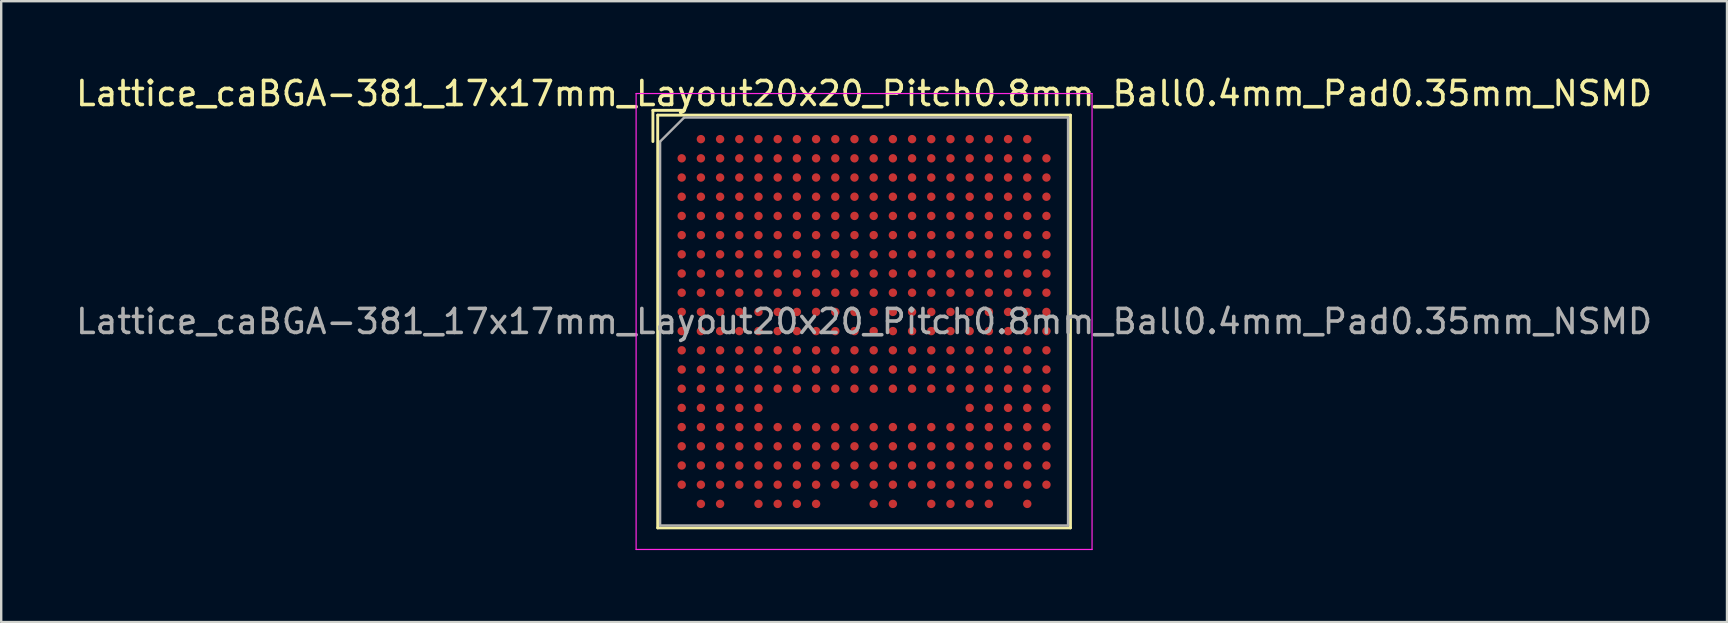
<source format=kicad_pcb>
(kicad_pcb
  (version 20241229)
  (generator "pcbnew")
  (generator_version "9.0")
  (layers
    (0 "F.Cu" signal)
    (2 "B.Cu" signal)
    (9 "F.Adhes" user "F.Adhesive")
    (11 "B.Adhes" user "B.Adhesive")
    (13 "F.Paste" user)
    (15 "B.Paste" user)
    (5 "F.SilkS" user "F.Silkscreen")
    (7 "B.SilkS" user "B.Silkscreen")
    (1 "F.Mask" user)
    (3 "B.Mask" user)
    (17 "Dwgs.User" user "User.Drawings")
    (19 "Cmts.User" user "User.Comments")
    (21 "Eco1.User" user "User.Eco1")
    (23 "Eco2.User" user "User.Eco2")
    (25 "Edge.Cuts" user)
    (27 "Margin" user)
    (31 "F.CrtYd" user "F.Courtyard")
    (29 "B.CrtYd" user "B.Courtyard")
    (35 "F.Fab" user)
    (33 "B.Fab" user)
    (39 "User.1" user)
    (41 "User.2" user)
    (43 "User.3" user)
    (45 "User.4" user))
  (footprint "Lattice_caBGA-381_17x17mm_Layout20x20_Pitch0.8mm_Ball0.4mm_Pad0.35mm_NSMD"
    (layer "F.Cu")
    (at 32.958 10.348)
    (property "Reference" "Lattice_caBGA-381_17x17mm_Layout20x20_Pitch0.8mm_Ball0.4mm_Pad0.35mm_NSMD" (at 0 -9.5 0) (layer "F.SilkS") (effects (font (size 1 1) (thickness 0.15))))
    (attr smd)
    (fp_line (start -8.8 -8.8) (end -8.8 -7.5) (stroke (width 0.12) (type solid)) (layer "F.SilkS"))
    (fp_line (start -8.8 -8.8) (end -7.5 -8.8) (stroke (width 0.12) (type solid)) (layer "F.SilkS"))
    (fp_line (start -8.6 -8.6) (end 8.6 -8.6) (stroke (width 0.12) (type solid)) (layer "F.SilkS"))
    (fp_line (start -8.6 8.6) (end -8.6 -8.6) (stroke (width 0.12) (type solid)) (layer "F.SilkS"))
    (fp_line (start 8.6 -8.6) (end 8.6 8.6) (stroke (width 0.12) (type solid)) (layer "F.SilkS"))
    (fp_line (start 8.6 8.6) (end -8.6 8.6) (stroke (width 0.12) (type solid)) (layer "F.SilkS"))
    (fp_line (start -9.5 -9.5) (end 9.5 -9.5) (stroke (width 0.05) (type solid)) (layer "F.CrtYd"))
    (fp_line (start -9.5 9.5) (end -9.5 -9.5) (stroke (width 0.05) (type solid)) (layer "F.CrtYd"))
    (fp_line (start 9.5 -9.5) (end 9.5 9.5) (stroke (width 0.05) (type solid)) (layer "F.CrtYd"))
    (fp_line (start 9.5 9.5) (end -9.5 9.5) (stroke (width 0.05) (type solid)) (layer "F.CrtYd"))
    (fp_line (start -8.5 -7.5) (end -7.5 -8.5) (stroke (width 0.1) (type solid)) (layer "F.Fab"))
    (fp_line (start -8.5 8.5) (end -8.5 -7.5) (stroke (width 0.1) (type solid)) (layer "F.Fab"))
    (fp_line (start -7.5 -8.5) (end 8.5 -8.5) (stroke (width 0.1) (type solid)) (layer "F.Fab"))
    (fp_line (start 8.5 -8.5) (end 8.5 8.5) (stroke (width 0.1) (type solid)) (layer "F.Fab"))
    (fp_line (start 8.5 8.5) (end -8.5 8.5) (stroke (width 0.1) (type solid)) (layer "F.Fab"))
    (fp_text user "${REFERENCE}" (at 0 0 0) (layer "F.Fab") (effects (font (size 1 1) (thickness 0.15))))
    (pad "A2" smd circle (at -6.8 -7.6) (size 0.35 0.35) (layers "F.Cu" "F.Mask" "F.Paste"))
    (pad "A3" smd circle (at -6 -7.6) (size 0.35 0.35) (layers "F.Cu" "F.Mask" "F.Paste"))
    (pad "A4" smd circle (at -5.2 -7.6) (size 0.35 0.35) (layers "F.Cu" "F.Mask" "F.Paste"))
    (pad "A5" smd circle (at -4.4 -7.6) (size 0.35 0.35) (layers "F.Cu" "F.Mask" "F.Paste"))
    (pad "A6" smd circle (at -3.6 -7.6) (size 0.35 0.35) (layers "F.Cu" "F.Mask" "F.Paste"))
    (pad "A7" smd circle (at -2.8 -7.6) (size 0.35 0.35) (layers "F.Cu" "F.Mask" "F.Paste"))
    (pad "A8" smd circle (at -2 -7.6) (size 0.35 0.35) (layers "F.Cu" "F.Mask" "F.Paste"))
    (pad "A9" smd circle (at -1.2 -7.6) (size 0.35 0.35) (layers "F.Cu" "F.Mask" "F.Paste"))
    (pad "A10" smd circle (at -0.4 -7.6) (size 0.35 0.35) (layers "F.Cu" "F.Mask" "F.Paste"))
    (pad "A11" smd circle (at 0.4 -7.6) (size 0.35 0.35) (layers "F.Cu" "F.Mask" "F.Paste"))
    (pad "A12" smd circle (at 1.2 -7.6) (size 0.35 0.35) (layers "F.Cu" "F.Mask" "F.Paste"))
    (pad "A13" smd circle (at 2 -7.6) (size 0.35 0.35) (layers "F.Cu" "F.Mask" "F.Paste"))
    (pad "A14" smd circle (at 2.8 -7.6) (size 0.35 0.35) (layers "F.Cu" "F.Mask" "F.Paste"))
    (pad "A15" smd circle (at 3.6 -7.6) (size 0.35 0.35) (layers "F.Cu" "F.Mask" "F.Paste"))
    (pad "A16" smd circle (at 4.4 -7.6) (size 0.35 0.35) (layers "F.Cu" "F.Mask" "F.Paste"))
    (pad "A17" smd circle (at 5.2 -7.6) (size 0.35 0.35) (layers "F.Cu" "F.Mask" "F.Paste"))
    (pad "A18" smd circle (at 6 -7.6) (size 0.35 0.35) (layers "F.Cu" "F.Mask" "F.Paste"))
    (pad "A19" smd circle (at 6.8 -7.6) (size 0.35 0.35) (layers "F.Cu" "F.Mask" "F.Paste"))
    (pad "B1" smd circle (at -7.6 -6.8) (size 0.35 0.35) (layers "F.Cu" "F.Mask" "F.Paste"))
    (pad "B2" smd circle (at -6.8 -6.8) (size 0.35 0.35) (layers "F.Cu" "F.Mask" "F.Paste"))
    (pad "B3" smd circle (at -6 -6.8) (size 0.35 0.35) (layers "F.Cu" "F.Mask" "F.Paste"))
    (pad "B4" smd circle (at -5.2 -6.8) (size 0.35 0.35) (layers "F.Cu" "F.Mask" "F.Paste"))
    (pad "B5" smd circle (at -4.4 -6.8) (size 0.35 0.35) (layers "F.Cu" "F.Mask" "F.Paste"))
    (pad "B6" smd circle (at -3.6 -6.8) (size 0.35 0.35) (layers "F.Cu" "F.Mask" "F.Paste"))
    (pad "B7" smd circle (at -2.8 -6.8) (size 0.35 0.35) (layers "F.Cu" "F.Mask" "F.Paste"))
    (pad "B8" smd circle (at -2 -6.8) (size 0.35 0.35) (layers "F.Cu" "F.Mask" "F.Paste"))
    (pad "B9" smd circle (at -1.2 -6.8) (size 0.35 0.35) (layers "F.Cu" "F.Mask" "F.Paste"))
    (pad "B10" smd circle (at -0.4 -6.8) (size 0.35 0.35) (layers "F.Cu" "F.Mask" "F.Paste"))
    (pad "B11" smd circle (at 0.4 -6.8) (size 0.35 0.35) (layers "F.Cu" "F.Mask" "F.Paste"))
    (pad "B12" smd circle (at 1.2 -6.8) (size 0.35 0.35) (layers "F.Cu" "F.Mask" "F.Paste"))
    (pad "B13" smd circle (at 2 -6.8) (size 0.35 0.35) (layers "F.Cu" "F.Mask" "F.Paste"))
    (pad "B14" smd circle (at 2.8 -6.8) (size 0.35 0.35) (layers "F.Cu" "F.Mask" "F.Paste"))
    (pad "B15" smd circle (at 3.6 -6.8) (size 0.35 0.35) (layers "F.Cu" "F.Mask" "F.Paste"))
    (pad "B16" smd circle (at 4.4 -6.8) (size 0.35 0.35) (layers "F.Cu" "F.Mask" "F.Paste"))
    (pad "B17" smd circle (at 5.2 -6.8) (size 0.35 0.35) (layers "F.Cu" "F.Mask" "F.Paste"))
    (pad "B18" smd circle (at 6 -6.8) (size 0.35 0.35) (layers "F.Cu" "F.Mask" "F.Paste"))
    (pad "B19" smd circle (at 6.8 -6.8) (size 0.35 0.35) (layers "F.Cu" "F.Mask" "F.Paste"))
    (pad "B20" smd circle (at 7.6 -6.8) (size 0.35 0.35) (layers "F.Cu" "F.Mask" "F.Paste"))
    (pad "C1" smd circle (at -7.6 -6) (size 0.35 0.35) (layers "F.Cu" "F.Mask" "F.Paste"))
    (pad "C2" smd circle (at -6.8 -6) (size 0.35 0.35) (layers "F.Cu" "F.Mask" "F.Paste"))
    (pad "C3" smd circle (at -6 -6) (size 0.35 0.35) (layers "F.Cu" "F.Mask" "F.Paste"))
    (pad "C4" smd circle (at -5.2 -6) (size 0.35 0.35) (layers "F.Cu" "F.Mask" "F.Paste"))
    (pad "C5" smd circle (at -4.4 -6) (size 0.35 0.35) (layers "F.Cu" "F.Mask" "F.Paste"))
    (pad "C6" smd circle (at -3.6 -6) (size 0.35 0.35) (layers "F.Cu" "F.Mask" "F.Paste"))
    (pad "C7" smd circle (at -2.8 -6) (size 0.35 0.35) (layers "F.Cu" "F.Mask" "F.Paste"))
    (pad "C8" smd circle (at -2 -6) (size 0.35 0.35) (layers "F.Cu" "F.Mask" "F.Paste"))
    (pad "C9" smd circle (at -1.2 -6) (size 0.35 0.35) (layers "F.Cu" "F.Mask" "F.Paste"))
    (pad "C10" smd circle (at -0.4 -6) (size 0.35 0.35) (layers "F.Cu" "F.Mask" "F.Paste"))
    (pad "C11" smd circle (at 0.4 -6) (size 0.35 0.35) (layers "F.Cu" "F.Mask" "F.Paste"))
    (pad "C12" smd circle (at 1.2 -6) (size 0.35 0.35) (layers "F.Cu" "F.Mask" "F.Paste"))
    (pad "C13" smd circle (at 2 -6) (size 0.35 0.35) (layers "F.Cu" "F.Mask" "F.Paste"))
    (pad "C14" smd circle (at 2.8 -6) (size 0.35 0.35) (layers "F.Cu" "F.Mask" "F.Paste"))
    (pad "C15" smd circle (at 3.6 -6) (size 0.35 0.35) (layers "F.Cu" "F.Mask" "F.Paste"))
    (pad "C16" smd circle (at 4.4 -6) (size 0.35 0.35) (layers "F.Cu" "F.Mask" "F.Paste"))
    (pad "C17" smd circle (at 5.2 -6) (size 0.35 0.35) (layers "F.Cu" "F.Mask" "F.Paste"))
    (pad "C18" smd circle (at 6 -6) (size 0.35 0.35) (layers "F.Cu" "F.Mask" "F.Paste"))
    (pad "C19" smd circle (at 6.8 -6) (size 0.35 0.35) (layers "F.Cu" "F.Mask" "F.Paste"))
    (pad "C20" smd circle (at 7.6 -6) (size 0.35 0.35) (layers "F.Cu" "F.Mask" "F.Paste"))
    (pad "D1" smd circle (at -7.6 -5.2) (size 0.35 0.35) (layers "F.Cu" "F.Mask" "F.Paste"))
    (pad "D2" smd circle (at -6.8 -5.2) (size 0.35 0.35) (layers "F.Cu" "F.Mask" "F.Paste"))
    (pad "D3" smd circle (at -6 -5.2) (size 0.35 0.35) (layers "F.Cu" "F.Mask" "F.Paste"))
    (pad "D4" smd circle (at -5.2 -5.2) (size 0.35 0.35) (layers "F.Cu" "F.Mask" "F.Paste"))
    (pad "D5" smd circle (at -4.4 -5.2) (size 0.35 0.35) (layers "F.Cu" "F.Mask" "F.Paste"))
    (pad "D6" smd circle (at -3.6 -5.2) (size 0.35 0.35) (layers "F.Cu" "F.Mask" "F.Paste"))
    (pad "D7" smd circle (at -2.8 -5.2) (size 0.35 0.35) (layers "F.Cu" "F.Mask" "F.Paste"))
    (pad "D8" smd circle (at -2 -5.2) (size 0.35 0.35) (layers "F.Cu" "F.Mask" "F.Paste"))
    (pad "D9" smd circle (at -1.2 -5.2) (size 0.35 0.35) (layers "F.Cu" "F.Mask" "F.Paste"))
    (pad "D10" smd circle (at -0.4 -5.2) (size 0.35 0.35) (layers "F.Cu" "F.Mask" "F.Paste"))
    (pad "D11" smd circle (at 0.4 -5.2) (size 0.35 0.35) (layers "F.Cu" "F.Mask" "F.Paste"))
    (pad "D12" smd circle (at 1.2 -5.2) (size 0.35 0.35) (layers "F.Cu" "F.Mask" "F.Paste"))
    (pad "D13" smd circle (at 2 -5.2) (size 0.35 0.35) (layers "F.Cu" "F.Mask" "F.Paste"))
    (pad "D14" smd circle (at 2.8 -5.2) (size 0.35 0.35) (layers "F.Cu" "F.Mask" "F.Paste"))
    (pad "D15" smd circle (at 3.6 -5.2) (size 0.35 0.35) (layers "F.Cu" "F.Mask" "F.Paste"))
    (pad "D16" smd circle (at 4.4 -5.2) (size 0.35 0.35) (layers "F.Cu" "F.Mask" "F.Paste"))
    (pad "D17" smd circle (at 5.2 -5.2) (size 0.35 0.35) (layers "F.Cu" "F.Mask" "F.Paste"))
    (pad "D18" smd circle (at 6 -5.2) (size 0.35 0.35) (layers "F.Cu" "F.Mask" "F.Paste"))
    (pad "D19" smd circle (at 6.8 -5.2) (size 0.35 0.35) (layers "F.Cu" "F.Mask" "F.Paste"))
    (pad "D20" smd circle (at 7.6 -5.2) (size 0.35 0.35) (layers "F.Cu" "F.Mask" "F.Paste"))
    (pad "E1" smd circle (at -7.6 -4.4) (size 0.35 0.35) (layers "F.Cu" "F.Mask" "F.Paste"))
    (pad "E2" smd circle (at -6.8 -4.4) (size 0.35 0.35) (layers "F.Cu" "F.Mask" "F.Paste"))
    (pad "E3" smd circle (at -6 -4.4) (size 0.35 0.35) (layers "F.Cu" "F.Mask" "F.Paste"))
    (pad "E4" smd circle (at -5.2 -4.4) (size 0.35 0.35) (layers "F.Cu" "F.Mask" "F.Paste"))
    (pad "E5" smd circle (at -4.4 -4.4) (size 0.35 0.35) (layers "F.Cu" "F.Mask" "F.Paste"))
    (pad "E6" smd circle (at -3.6 -4.4) (size 0.35 0.35) (layers "F.Cu" "F.Mask" "F.Paste"))
    (pad "E7" smd circle (at -2.8 -4.4) (size 0.35 0.35) (layers "F.Cu" "F.Mask" "F.Paste"))
    (pad "E8" smd circle (at -2 -4.4) (size 0.35 0.35) (layers "F.Cu" "F.Mask" "F.Paste"))
    (pad "E9" smd circle (at -1.2 -4.4) (size 0.35 0.35) (layers "F.Cu" "F.Mask" "F.Paste"))
    (pad "E10" smd circle (at -0.4 -4.4) (size 0.35 0.35) (layers "F.Cu" "F.Mask" "F.Paste"))
    (pad "E11" smd circle (at 0.4 -4.4) (size 0.35 0.35) (layers "F.Cu" "F.Mask" "F.Paste"))
    (pad "E12" smd circle (at 1.2 -4.4) (size 0.35 0.35) (layers "F.Cu" "F.Mask" "F.Paste"))
    (pad "E13" smd circle (at 2 -4.4) (size 0.35 0.35) (layers "F.Cu" "F.Mask" "F.Paste"))
    (pad "E14" smd circle (at 2.8 -4.4) (size 0.35 0.35) (layers "F.Cu" "F.Mask" "F.Paste"))
    (pad "E15" smd circle (at 3.6 -4.4) (size 0.35 0.35) (layers "F.Cu" "F.Mask" "F.Paste"))
    (pad "E16" smd circle (at 4.4 -4.4) (size 0.35 0.35) (layers "F.Cu" "F.Mask" "F.Paste"))
    (pad "E17" smd circle (at 5.2 -4.4) (size 0.35 0.35) (layers "F.Cu" "F.Mask" "F.Paste"))
    (pad "E18" smd circle (at 6 -4.4) (size 0.35 0.35) (layers "F.Cu" "F.Mask" "F.Paste"))
    (pad "E19" smd circle (at 6.8 -4.4) (size 0.35 0.35) (layers "F.Cu" "F.Mask" "F.Paste"))
    (pad "E20" smd circle (at 7.6 -4.4) (size 0.35 0.35) (layers "F.Cu" "F.Mask" "F.Paste"))
    (pad "F1" smd circle (at -7.6 -3.6) (size 0.35 0.35) (layers "F.Cu" "F.Mask" "F.Paste"))
    (pad "F2" smd circle (at -6.8 -3.6) (size 0.35 0.35) (layers "F.Cu" "F.Mask" "F.Paste"))
    (pad "F3" smd circle (at -6 -3.6) (size 0.35 0.35) (layers "F.Cu" "F.Mask" "F.Paste"))
    (pad "F4" smd circle (at -5.2 -3.6) (size 0.35 0.35) (layers "F.Cu" "F.Mask" "F.Paste"))
    (pad "F5" smd circle (at -4.4 -3.6) (size 0.35 0.35) (layers "F.Cu" "F.Mask" "F.Paste"))
    (pad "F6" smd circle (at -3.6 -3.6) (size 0.35 0.35) (layers "F.Cu" "F.Mask" "F.Paste"))
    (pad "F7" smd circle (at -2.8 -3.6) (size 0.35 0.35) (layers "F.Cu" "F.Mask" "F.Paste"))
    (pad "F8" smd circle (at -2 -3.6) (size 0.35 0.35) (layers "F.Cu" "F.Mask" "F.Paste"))
    (pad "F9" smd circle (at -1.2 -3.6) (size 0.35 0.35) (layers "F.Cu" "F.Mask" "F.Paste"))
    (pad "F10" smd circle (at -0.4 -3.6) (size 0.35 0.35) (layers "F.Cu" "F.Mask" "F.Paste"))
    (pad "F11" smd circle (at 0.4 -3.6) (size 0.35 0.35) (layers "F.Cu" "F.Mask" "F.Paste"))
    (pad "F12" smd circle (at 1.2 -3.6) (size 0.35 0.35) (layers "F.Cu" "F.Mask" "F.Paste"))
    (pad "F13" smd circle (at 2 -3.6) (size 0.35 0.35) (layers "F.Cu" "F.Mask" "F.Paste"))
    (pad "F14" smd circle (at 2.8 -3.6) (size 0.35 0.35) (layers "F.Cu" "F.Mask" "F.Paste"))
    (pad "F15" smd circle (at 3.6 -3.6) (size 0.35 0.35) (layers "F.Cu" "F.Mask" "F.Paste"))
    (pad "F16" smd circle (at 4.4 -3.6) (size 0.35 0.35) (layers "F.Cu" "F.Mask" "F.Paste"))
    (pad "F17" smd circle (at 5.2 -3.6) (size 0.35 0.35) (layers "F.Cu" "F.Mask" "F.Paste"))
    (pad "F18" smd circle (at 6 -3.6) (size 0.35 0.35) (layers "F.Cu" "F.Mask" "F.Paste"))
    (pad "F19" smd circle (at 6.8 -3.6) (size 0.35 0.35) (layers "F.Cu" "F.Mask" "F.Paste"))
    (pad "F20" smd circle (at 7.6 -3.6) (size 0.35 0.35) (layers "F.Cu" "F.Mask" "F.Paste"))
    (pad "G1" smd circle (at -7.6 -2.8) (size 0.35 0.35) (layers "F.Cu" "F.Mask" "F.Paste"))
    (pad "G2" smd circle (at -6.8 -2.8) (size 0.35 0.35) (layers "F.Cu" "F.Mask" "F.Paste"))
    (pad "G3" smd circle (at -6 -2.8) (size 0.35 0.35) (layers "F.Cu" "F.Mask" "F.Paste"))
    (pad "G4" smd circle (at -5.2 -2.8) (size 0.35 0.35) (layers "F.Cu" "F.Mask" "F.Paste"))
    (pad "G5" smd circle (at -4.4 -2.8) (size 0.35 0.35) (layers "F.Cu" "F.Mask" "F.Paste"))
    (pad "G6" smd circle (at -3.6 -2.8) (size 0.35 0.35) (layers "F.Cu" "F.Mask" "F.Paste"))
    (pad "G7" smd circle (at -2.8 -2.8) (size 0.35 0.35) (layers "F.Cu" "F.Mask" "F.Paste"))
    (pad "G8" smd circle (at -2 -2.8) (size 0.35 0.35) (layers "F.Cu" "F.Mask" "F.Paste"))
    (pad "G9" smd circle (at -1.2 -2.8) (size 0.35 0.35) (layers "F.Cu" "F.Mask" "F.Paste"))
    (pad "G10" smd circle (at -0.4 -2.8) (size 0.35 0.35) (layers "F.Cu" "F.Mask" "F.Paste"))
    (pad "G11" smd circle (at 0.4 -2.8) (size 0.35 0.35) (layers "F.Cu" "F.Mask" "F.Paste"))
    (pad "G12" smd circle (at 1.2 -2.8) (size 0.35 0.35) (layers "F.Cu" "F.Mask" "F.Paste"))
    (pad "G13" smd circle (at 2 -2.8) (size 0.35 0.35) (layers "F.Cu" "F.Mask" "F.Paste"))
    (pad "G14" smd circle (at 2.8 -2.8) (size 0.35 0.35) (layers "F.Cu" "F.Mask" "F.Paste"))
    (pad "G15" smd circle (at 3.6 -2.8) (size 0.35 0.35) (layers "F.Cu" "F.Mask" "F.Paste"))
    (pad "G16" smd circle (at 4.4 -2.8) (size 0.35 0.35) (layers "F.Cu" "F.Mask" "F.Paste"))
    (pad "G17" smd circle (at 5.2 -2.8) (size 0.35 0.35) (layers "F.Cu" "F.Mask" "F.Paste"))
    (pad "G18" smd circle (at 6 -2.8) (size 0.35 0.35) (layers "F.Cu" "F.Mask" "F.Paste"))
    (pad "G19" smd circle (at 6.8 -2.8) (size 0.35 0.35) (layers "F.Cu" "F.Mask" "F.Paste"))
    (pad "G20" smd circle (at 7.6 -2.8) (size 0.35 0.35) (layers "F.Cu" "F.Mask" "F.Paste"))
    (pad "H1" smd circle (at -7.6 -2) (size 0.35 0.35) (layers "F.Cu" "F.Mask" "F.Paste"))
    (pad "H2" smd circle (at -6.8 -2) (size 0.35 0.35) (layers "F.Cu" "F.Mask" "F.Paste"))
    (pad "H3" smd circle (at -6 -2) (size 0.35 0.35) (layers "F.Cu" "F.Mask" "F.Paste"))
    (pad "H4" smd circle (at -5.2 -2) (size 0.35 0.35) (layers "F.Cu" "F.Mask" "F.Paste"))
    (pad "H5" smd circle (at -4.4 -2) (size 0.35 0.35) (layers "F.Cu" "F.Mask" "F.Paste"))
    (pad "H6" smd circle (at -3.6 -2) (size 0.35 0.35) (layers "F.Cu" "F.Mask" "F.Paste"))
    (pad "H7" smd circle (at -2.8 -2) (size 0.35 0.35) (layers "F.Cu" "F.Mask" "F.Paste"))
    (pad "H8" smd circle (at -2 -2) (size 0.35 0.35) (layers "F.Cu" "F.Mask" "F.Paste"))
    (pad "H9" smd circle (at -1.2 -2) (size 0.35 0.35) (layers "F.Cu" "F.Mask" "F.Paste"))
    (pad "H10" smd circle (at -0.4 -2) (size 0.35 0.35) (layers "F.Cu" "F.Mask" "F.Paste"))
    (pad "H11" smd circle (at 0.4 -2) (size 0.35 0.35) (layers "F.Cu" "F.Mask" "F.Paste"))
    (pad "H12" smd circle (at 1.2 -2) (size 0.35 0.35) (layers "F.Cu" "F.Mask" "F.Paste"))
    (pad "H13" smd circle (at 2 -2) (size 0.35 0.35) (layers "F.Cu" "F.Mask" "F.Paste"))
    (pad "H14" smd circle (at 2.8 -2) (size 0.35 0.35) (layers "F.Cu" "F.Mask" "F.Paste"))
    (pad "H15" smd circle (at 3.6 -2) (size 0.35 0.35) (layers "F.Cu" "F.Mask" "F.Paste"))
    (pad "H16" smd circle (at 4.4 -2) (size 0.35 0.35) (layers "F.Cu" "F.Mask" "F.Paste"))
    (pad "H17" smd circle (at 5.2 -2) (size 0.35 0.35) (layers "F.Cu" "F.Mask" "F.Paste"))
    (pad "H18" smd circle (at 6 -2) (size 0.35 0.35) (layers "F.Cu" "F.Mask" "F.Paste"))
    (pad "H19" smd circle (at 6.8 -2) (size 0.35 0.35) (layers "F.Cu" "F.Mask" "F.Paste"))
    (pad "H20" smd circle (at 7.6 -2) (size 0.35 0.35) (layers "F.Cu" "F.Mask" "F.Paste"))
    (pad "J1" smd circle (at -7.6 -1.2) (size 0.35 0.35) (layers "F.Cu" "F.Mask" "F.Paste"))
    (pad "J2" smd circle (at -6.8 -1.2) (size 0.35 0.35) (layers "F.Cu" "F.Mask" "F.Paste"))
    (pad "J3" smd circle (at -6 -1.2) (size 0.35 0.35) (layers "F.Cu" "F.Mask" "F.Paste"))
    (pad "J4" smd circle (at -5.2 -1.2) (size 0.35 0.35) (layers "F.Cu" "F.Mask" "F.Paste"))
    (pad "J5" smd circle (at -4.4 -1.2) (size 0.35 0.35) (layers "F.Cu" "F.Mask" "F.Paste"))
    (pad "J6" smd circle (at -3.6 -1.2) (size 0.35 0.35) (layers "F.Cu" "F.Mask" "F.Paste"))
    (pad "J7" smd circle (at -2.8 -1.2) (size 0.35 0.35) (layers "F.Cu" "F.Mask" "F.Paste"))
    (pad "J8" smd circle (at -2 -1.2) (size 0.35 0.35) (layers "F.Cu" "F.Mask" "F.Paste"))
    (pad "J9" smd circle (at -1.2 -1.2) (size 0.35 0.35) (layers "F.Cu" "F.Mask" "F.Paste"))
    (pad "J10" smd circle (at -0.4 -1.2) (size 0.35 0.35) (layers "F.Cu" "F.Mask" "F.Paste"))
    (pad "J11" smd circle (at 0.4 -1.2) (size 0.35 0.35) (layers "F.Cu" "F.Mask" "F.Paste"))
    (pad "J12" smd circle (at 1.2 -1.2) (size 0.35 0.35) (layers "F.Cu" "F.Mask" "F.Paste"))
    (pad "J13" smd circle (at 2 -1.2) (size 0.35 0.35) (layers "F.Cu" "F.Mask" "F.Paste"))
    (pad "J14" smd circle (at 2.8 -1.2) (size 0.35 0.35) (layers "F.Cu" "F.Mask" "F.Paste"))
    (pad "J15" smd circle (at 3.6 -1.2) (size 0.35 0.35) (layers "F.Cu" "F.Mask" "F.Paste"))
    (pad "J16" smd circle (at 4.4 -1.2) (size 0.35 0.35) (layers "F.Cu" "F.Mask" "F.Paste"))
    (pad "J17" smd circle (at 5.2 -1.2) (size 0.35 0.35) (layers "F.Cu" "F.Mask" "F.Paste"))
    (pad "J18" smd circle (at 6 -1.2) (size 0.35 0.35) (layers "F.Cu" "F.Mask" "F.Paste"))
    (pad "J19" smd circle (at 6.8 -1.2) (size 0.35 0.35) (layers "F.Cu" "F.Mask" "F.Paste"))
    (pad "J20" smd circle (at 7.6 -1.2) (size 0.35 0.35) (layers "F.Cu" "F.Mask" "F.Paste"))
    (pad "K1" smd circle (at -7.6 -0.4) (size 0.35 0.35) (layers "F.Cu" "F.Mask" "F.Paste"))
    (pad "K2" smd circle (at -6.8 -0.4) (size 0.35 0.35) (layers "F.Cu" "F.Mask" "F.Paste"))
    (pad "K3" smd circle (at -6 -0.4) (size 0.35 0.35) (layers "F.Cu" "F.Mask" "F.Paste"))
    (pad "K4" smd circle (at -5.2 -0.4) (size 0.35 0.35) (layers "F.Cu" "F.Mask" "F.Paste"))
    (pad "K5" smd circle (at -4.4 -0.4) (size 0.35 0.35) (layers "F.Cu" "F.Mask" "F.Paste"))
    (pad "K6" smd circle (at -3.6 -0.4) (size 0.35 0.35) (layers "F.Cu" "F.Mask" "F.Paste"))
    (pad "K7" smd circle (at -2.8 -0.4) (size 0.35 0.35) (layers "F.Cu" "F.Mask" "F.Paste"))
    (pad "K8" smd circle (at -2 -0.4) (size 0.35 0.35) (layers "F.Cu" "F.Mask" "F.Paste"))
    (pad "K9" smd circle (at -1.2 -0.4) (size 0.35 0.35) (layers "F.Cu" "F.Mask" "F.Paste"))
    (pad "K10" smd circle (at -0.4 -0.4) (size 0.35 0.35) (layers "F.Cu" "F.Mask" "F.Paste"))
    (pad "K11" smd circle (at 0.4 -0.4) (size 0.35 0.35) (layers "F.Cu" "F.Mask" "F.Paste"))
    (pad "K12" smd circle (at 1.2 -0.4) (size 0.35 0.35) (layers "F.Cu" "F.Mask" "F.Paste"))
    (pad "K13" smd circle (at 2 -0.4) (size 0.35 0.35) (layers "F.Cu" "F.Mask" "F.Paste"))
    (pad "K14" smd circle (at 2.8 -0.4) (size 0.35 0.35) (layers "F.Cu" "F.Mask" "F.Paste"))
    (pad "K15" smd circle (at 3.6 -0.4) (size 0.35 0.35) (layers "F.Cu" "F.Mask" "F.Paste"))
    (pad "K16" smd circle (at 4.4 -0.4) (size 0.35 0.35) (layers "F.Cu" "F.Mask" "F.Paste"))
    (pad "K17" smd circle (at 5.2 -0.4) (size 0.35 0.35) (layers "F.Cu" "F.Mask" "F.Paste"))
    (pad "K18" smd circle (at 6 -0.4) (size 0.35 0.35) (layers "F.Cu" "F.Mask" "F.Paste"))
    (pad "K19" smd circle (at 6.8 -0.4) (size 0.35 0.35) (layers "F.Cu" "F.Mask" "F.Paste"))
    (pad "K20" smd circle (at 7.6 -0.4) (size 0.35 0.35) (layers "F.Cu" "F.Mask" "F.Paste"))
    (pad "L1" smd circle (at -7.6 0.4) (size 0.35 0.35) (layers "F.Cu" "F.Mask" "F.Paste"))
    (pad "L2" smd circle (at -6.8 0.4) (size 0.35 0.35) (layers "F.Cu" "F.Mask" "F.Paste"))
    (pad "L3" smd circle (at -6 0.4) (size 0.35 0.35) (layers "F.Cu" "F.Mask" "F.Paste"))
    (pad "L4" smd circle (at -5.2 0.4) (size 0.35 0.35) (layers "F.Cu" "F.Mask" "F.Paste"))
    (pad "L5" smd circle (at -4.4 0.4) (size 0.35 0.35) (layers "F.Cu" "F.Mask" "F.Paste"))
    (pad "L6" smd circle (at -3.6 0.4) (size 0.35 0.35) (layers "F.Cu" "F.Mask" "F.Paste"))
    (pad "L7" smd circle (at -2.8 0.4) (size 0.35 0.35) (layers "F.Cu" "F.Mask" "F.Paste"))
    (pad "L8" smd circle (at -2 0.4) (size 0.35 0.35) (layers "F.Cu" "F.Mask" "F.Paste"))
    (pad "L9" smd circle (at -1.2 0.4) (size 0.35 0.35) (layers "F.Cu" "F.Mask" "F.Paste"))
    (pad "L10" smd circle (at -0.4 0.4) (size 0.35 0.35) (layers "F.Cu" "F.Mask" "F.Paste"))
    (pad "L11" smd circle (at 0.4 0.4) (size 0.35 0.35) (layers "F.Cu" "F.Mask" "F.Paste"))
    (pad "L12" smd circle (at 1.2 0.4) (size 0.35 0.35) (layers "F.Cu" "F.Mask" "F.Paste"))
    (pad "L13" smd circle (at 2 0.4) (size 0.35 0.35) (layers "F.Cu" "F.Mask" "F.Paste"))
    (pad "L14" smd circle (at 2.8 0.4) (size 0.35 0.35) (layers "F.Cu" "F.Mask" "F.Paste"))
    (pad "L15" smd circle (at 3.6 0.4) (size 0.35 0.35) (layers "F.Cu" "F.Mask" "F.Paste"))
    (pad "L16" smd circle (at 4.4 0.4) (size 0.35 0.35) (layers "F.Cu" "F.Mask" "F.Paste"))
    (pad "L17" smd circle (at 5.2 0.4) (size 0.35 0.35) (layers "F.Cu" "F.Mask" "F.Paste"))
    (pad "L18" smd circle (at 6 0.4) (size 0.35 0.35) (layers "F.Cu" "F.Mask" "F.Paste"))
    (pad "L19" smd circle (at 6.8 0.4) (size 0.35 0.35) (layers "F.Cu" "F.Mask" "F.Paste"))
    (pad "L20" smd circle (at 7.6 0.4) (size 0.35 0.35) (layers "F.Cu" "F.Mask" "F.Paste"))
    (pad "M1" smd circle (at -7.6 1.2) (size 0.35 0.35) (layers "F.Cu" "F.Mask" "F.Paste"))
    (pad "M2" smd circle (at -6.8 1.2) (size 0.35 0.35) (layers "F.Cu" "F.Mask" "F.Paste"))
    (pad "M3" smd circle (at -6 1.2) (size 0.35 0.35) (layers "F.Cu" "F.Mask" "F.Paste"))
    (pad "M4" smd circle (at -5.2 1.2) (size 0.35 0.35) (layers "F.Cu" "F.Mask" "F.Paste"))
    (pad "M5" smd circle (at -4.4 1.2) (size 0.35 0.35) (layers "F.Cu" "F.Mask" "F.Paste"))
    (pad "M6" smd circle (at -3.6 1.2) (size 0.35 0.35) (layers "F.Cu" "F.Mask" "F.Paste"))
    (pad "M7" smd circle (at -2.8 1.2) (size 0.35 0.35) (layers "F.Cu" "F.Mask" "F.Paste"))
    (pad "M8" smd circle (at -2 1.2) (size 0.35 0.35) (layers "F.Cu" "F.Mask" "F.Paste"))
    (pad "M9" smd circle (at -1.2 1.2) (size 0.35 0.35) (layers "F.Cu" "F.Mask" "F.Paste"))
    (pad "M10" smd circle (at -0.4 1.2) (size 0.35 0.35) (layers "F.Cu" "F.Mask" "F.Paste"))
    (pad "M11" smd circle (at 0.4 1.2) (size 0.35 0.35) (layers "F.Cu" "F.Mask" "F.Paste"))
    (pad "M12" smd circle (at 1.2 1.2) (size 0.35 0.35) (layers "F.Cu" "F.Mask" "F.Paste"))
    (pad "M13" smd circle (at 2 1.2) (size 0.35 0.35) (layers "F.Cu" "F.Mask" "F.Paste"))
    (pad "M14" smd circle (at 2.8 1.2) (size 0.35 0.35) (layers "F.Cu" "F.Mask" "F.Paste"))
    (pad "M15" smd circle (at 3.6 1.2) (size 0.35 0.35) (layers "F.Cu" "F.Mask" "F.Paste"))
    (pad "M16" smd circle (at 4.4 1.2) (size 0.35 0.35) (layers "F.Cu" "F.Mask" "F.Paste"))
    (pad "M17" smd circle (at 5.2 1.2) (size 0.35 0.35) (layers "F.Cu" "F.Mask" "F.Paste"))
    (pad "M18" smd circle (at 6 1.2) (size 0.35 0.35) (layers "F.Cu" "F.Mask" "F.Paste"))
    (pad "M19" smd circle (at 6.8 1.2) (size 0.35 0.35) (layers "F.Cu" "F.Mask" "F.Paste"))
    (pad "M20" smd circle (at 7.6 1.2) (size 0.35 0.35) (layers "F.Cu" "F.Mask" "F.Paste"))
    (pad "N1" smd circle (at -7.6 2) (size 0.35 0.35) (layers "F.Cu" "F.Mask" "F.Paste"))
    (pad "N2" smd circle (at -6.8 2) (size 0.35 0.35) (layers "F.Cu" "F.Mask" "F.Paste"))
    (pad "N3" smd circle (at -6 2) (size 0.35 0.35) (layers "F.Cu" "F.Mask" "F.Paste"))
    (pad "N4" smd circle (at -5.2 2) (size 0.35 0.35) (layers "F.Cu" "F.Mask" "F.Paste"))
    (pad "N5" smd circle (at -4.4 2) (size 0.35 0.35) (layers "F.Cu" "F.Mask" "F.Paste"))
    (pad "N6" smd circle (at -3.6 2) (size 0.35 0.35) (layers "F.Cu" "F.Mask" "F.Paste"))
    (pad "N7" smd circle (at -2.8 2) (size 0.35 0.35) (layers "F.Cu" "F.Mask" "F.Paste"))
    (pad "N8" smd circle (at -2 2) (size 0.35 0.35) (layers "F.Cu" "F.Mask" "F.Paste"))
    (pad "N9" smd circle (at -1.2 2) (size 0.35 0.35) (layers "F.Cu" "F.Mask" "F.Paste"))
    (pad "N10" smd circle (at -0.4 2) (size 0.35 0.35) (layers "F.Cu" "F.Mask" "F.Paste"))
    (pad "N11" smd circle (at 0.4 2) (size 0.35 0.35) (layers "F.Cu" "F.Mask" "F.Paste"))
    (pad "N12" smd circle (at 1.2 2) (size 0.35 0.35) (layers "F.Cu" "F.Mask" "F.Paste"))
    (pad "N13" smd circle (at 2 2) (size 0.35 0.35) (layers "F.Cu" "F.Mask" "F.Paste"))
    (pad "N14" smd circle (at 2.8 2) (size 0.35 0.35) (layers "F.Cu" "F.Mask" "F.Paste"))
    (pad "N15" smd circle (at 3.6 2) (size 0.35 0.35) (layers "F.Cu" "F.Mask" "F.Paste"))
    (pad "N16" smd circle (at 4.4 2) (size 0.35 0.35) (layers "F.Cu" "F.Mask" "F.Paste"))
    (pad "N17" smd circle (at 5.2 2) (size 0.35 0.35) (layers "F.Cu" "F.Mask" "F.Paste"))
    (pad "N18" smd circle (at 6 2) (size 0.35 0.35) (layers "F.Cu" "F.Mask" "F.Paste"))
    (pad "N19" smd circle (at 6.8 2) (size 0.35 0.35) (layers "F.Cu" "F.Mask" "F.Paste"))
    (pad "N20" smd circle (at 7.6 2) (size 0.35 0.35) (layers "F.Cu" "F.Mask" "F.Paste"))
    (pad "P1" smd circle (at -7.6 2.8) (size 0.35 0.35) (layers "F.Cu" "F.Mask" "F.Paste"))
    (pad "P2" smd circle (at -6.8 2.8) (size 0.35 0.35) (layers "F.Cu" "F.Mask" "F.Paste"))
    (pad "P3" smd circle (at -6 2.8) (size 0.35 0.35) (layers "F.Cu" "F.Mask" "F.Paste"))
    (pad "P4" smd circle (at -5.2 2.8) (size 0.35 0.35) (layers "F.Cu" "F.Mask" "F.Paste"))
    (pad "P5" smd circle (at -4.4 2.8) (size 0.35 0.35) (layers "F.Cu" "F.Mask" "F.Paste"))
    (pad "P6" smd circle (at -3.6 2.8) (size 0.35 0.35) (layers "F.Cu" "F.Mask" "F.Paste"))
    (pad "P7" smd circle (at -2.8 2.8) (size 0.35 0.35) (layers "F.Cu" "F.Mask" "F.Paste"))
    (pad "P8" smd circle (at -2 2.8) (size 0.35 0.35) (layers "F.Cu" "F.Mask" "F.Paste"))
    (pad "P9" smd circle (at -1.2 2.8) (size 0.35 0.35) (layers "F.Cu" "F.Mask" "F.Paste"))
    (pad "P10" smd circle (at -0.4 2.8) (size 0.35 0.35) (layers "F.Cu" "F.Mask" "F.Paste"))
    (pad "P11" smd circle (at 0.4 2.8) (size 0.35 0.35) (layers "F.Cu" "F.Mask" "F.Paste"))
    (pad "P12" smd circle (at 1.2 2.8) (size 0.35 0.35) (layers "F.Cu" "F.Mask" "F.Paste"))
    (pad "P13" smd circle (at 2 2.8) (size 0.35 0.35) (layers "F.Cu" "F.Mask" "F.Paste"))
    (pad "P14" smd circle (at 2.8 2.8) (size 0.35 0.35) (layers "F.Cu" "F.Mask" "F.Paste"))
    (pad "P15" smd circle (at 3.6 2.8) (size 0.35 0.35) (layers "F.Cu" "F.Mask" "F.Paste"))
    (pad "P16" smd circle (at 4.4 2.8) (size 0.35 0.35) (layers "F.Cu" "F.Mask" "F.Paste"))
    (pad "P17" smd circle (at 5.2 2.8) (size 0.35 0.35) (layers "F.Cu" "F.Mask" "F.Paste"))
    (pad "P18" smd circle (at 6 2.8) (size 0.35 0.35) (layers "F.Cu" "F.Mask" "F.Paste"))
    (pad "P19" smd circle (at 6.8 2.8) (size 0.35 0.35) (layers "F.Cu" "F.Mask" "F.Paste"))
    (pad "P20" smd circle (at 7.6 2.8) (size 0.35 0.35) (layers "F.Cu" "F.Mask" "F.Paste"))
    (pad "R1" smd circle (at -7.6 3.6) (size 0.35 0.35) (layers "F.Cu" "F.Mask" "F.Paste"))
    (pad "R2" smd circle (at -6.8 3.6) (size 0.35 0.35) (layers "F.Cu" "F.Mask" "F.Paste"))
    (pad "R3" smd circle (at -6 3.6) (size 0.35 0.35) (layers "F.Cu" "F.Mask" "F.Paste"))
    (pad "R4" smd circle (at -5.2 3.6) (size 0.35 0.35) (layers "F.Cu" "F.Mask" "F.Paste"))
    (pad "R5" smd circle (at -4.4 3.6) (size 0.35 0.35) (layers "F.Cu" "F.Mask" "F.Paste"))
    (pad "R16" smd circle (at 4.4 3.6) (size 0.35 0.35) (layers "F.Cu" "F.Mask" "F.Paste"))
    (pad "R17" smd circle (at 5.2 3.6) (size 0.35 0.35) (layers "F.Cu" "F.Mask" "F.Paste"))
    (pad "R18" smd circle (at 6 3.6) (size 0.35 0.35) (layers "F.Cu" "F.Mask" "F.Paste"))
    (pad "R19" smd circle (at 6.8 3.6) (size 0.35 0.35) (layers "F.Cu" "F.Mask" "F.Paste"))
    (pad "R20" smd circle (at 7.6 3.6) (size 0.35 0.35) (layers "F.Cu" "F.Mask" "F.Paste"))
    (pad "T1" smd circle (at -7.6 4.4) (size 0.35 0.35) (layers "F.Cu" "F.Mask" "F.Paste"))
    (pad "T2" smd circle (at -6.8 4.4) (size 0.35 0.35) (layers "F.Cu" "F.Mask" "F.Paste"))
    (pad "T3" smd circle (at -6 4.4) (size 0.35 0.35) (layers "F.Cu" "F.Mask" "F.Paste"))
    (pad "T4" smd circle (at -5.2 4.4) (size 0.35 0.35) (layers "F.Cu" "F.Mask" "F.Paste"))
    (pad "T5" smd circle (at -4.4 4.4) (size 0.35 0.35) (layers "F.Cu" "F.Mask" "F.Paste"))
    (pad "T6" smd circle (at -3.6 4.4) (size 0.35 0.35) (layers "F.Cu" "F.Mask" "F.Paste"))
    (pad "T7" smd circle (at -2.8 4.4) (size 0.35 0.35) (layers "F.Cu" "F.Mask" "F.Paste"))
    (pad "T8" smd circle (at -2 4.4) (size 0.35 0.35) (layers "F.Cu" "F.Mask" "F.Paste"))
    (pad "T9" smd circle (at -1.2 4.4) (size 0.35 0.35) (layers "F.Cu" "F.Mask" "F.Paste"))
    (pad "T10" smd circle (at -0.4 4.4) (size 0.35 0.35) (layers "F.Cu" "F.Mask" "F.Paste"))
    (pad "T11" smd circle (at 0.4 4.4) (size 0.35 0.35) (layers "F.Cu" "F.Mask" "F.Paste"))
    (pad "T12" smd circle (at 1.2 4.4) (size 0.35 0.35) (layers "F.Cu" "F.Mask" "F.Paste"))
    (pad "T13" smd circle (at 2 4.4) (size 0.35 0.35) (layers "F.Cu" "F.Mask" "F.Paste"))
    (pad "T14" smd circle (at 2.8 4.4) (size 0.35 0.35) (layers "F.Cu" "F.Mask" "F.Paste"))
    (pad "T15" smd circle (at 3.6 4.4) (size 0.35 0.35) (layers "F.Cu" "F.Mask" "F.Paste"))
    (pad "T16" smd circle (at 4.4 4.4) (size 0.35 0.35) (layers "F.Cu" "F.Mask" "F.Paste"))
    (pad "T17" smd circle (at 5.2 4.4) (size 0.35 0.35) (layers "F.Cu" "F.Mask" "F.Paste"))
    (pad "T18" smd circle (at 6 4.4) (size 0.35 0.35) (layers "F.Cu" "F.Mask" "F.Paste"))
    (pad "T19" smd circle (at 6.8 4.4) (size 0.35 0.35) (layers "F.Cu" "F.Mask" "F.Paste"))
    (pad "T20" smd circle (at 7.6 4.4) (size 0.35 0.35) (layers "F.Cu" "F.Mask" "F.Paste"))
    (pad "U1" smd circle (at -7.6 5.2) (size 0.35 0.35) (layers "F.Cu" "F.Mask" "F.Paste"))
    (pad "U2" smd circle (at -6.8 5.2) (size 0.35 0.35) (layers "F.Cu" "F.Mask" "F.Paste"))
    (pad "U3" smd circle (at -6 5.2) (size 0.35 0.35) (layers "F.Cu" "F.Mask" "F.Paste"))
    (pad "U4" smd circle (at -5.2 5.2) (size 0.35 0.35) (layers "F.Cu" "F.Mask" "F.Paste"))
    (pad "U5" smd circle (at -4.4 5.2) (size 0.35 0.35) (layers "F.Cu" "F.Mask" "F.Paste"))
    (pad "U6" smd circle (at -3.6 5.2) (size 0.35 0.35) (layers "F.Cu" "F.Mask" "F.Paste"))
    (pad "U7" smd circle (at -2.8 5.2) (size 0.35 0.35) (layers "F.Cu" "F.Mask" "F.Paste"))
    (pad "U8" smd circle (at -2 5.2) (size 0.35 0.35) (layers "F.Cu" "F.Mask" "F.Paste"))
    (pad "U9" smd circle (at -1.2 5.2) (size 0.35 0.35) (layers "F.Cu" "F.Mask" "F.Paste"))
    (pad "U10" smd circle (at -0.4 5.2) (size 0.35 0.35) (layers "F.Cu" "F.Mask" "F.Paste"))
    (pad "U11" smd circle (at 0.4 5.2) (size 0.35 0.35) (layers "F.Cu" "F.Mask" "F.Paste"))
    (pad "U12" smd circle (at 1.2 5.2) (size 0.35 0.35) (layers "F.Cu" "F.Mask" "F.Paste"))
    (pad "U13" smd circle (at 2 5.2) (size 0.35 0.35) (layers "F.Cu" "F.Mask" "F.Paste"))
    (pad "U14" smd circle (at 2.8 5.2) (size 0.35 0.35) (layers "F.Cu" "F.Mask" "F.Paste"))
    (pad "U15" smd circle (at 3.6 5.2) (size 0.35 0.35) (layers "F.Cu" "F.Mask" "F.Paste"))
    (pad "U16" smd circle (at 4.4 5.2) (size 0.35 0.35) (layers "F.Cu" "F.Mask" "F.Paste"))
    (pad "U17" smd circle (at 5.2 5.2) (size 0.35 0.35) (layers "F.Cu" "F.Mask" "F.Paste"))
    (pad "U18" smd circle (at 6 5.2) (size 0.35 0.35) (layers "F.Cu" "F.Mask" "F.Paste"))
    (pad "U19" smd circle (at 6.8 5.2) (size 0.35 0.35) (layers "F.Cu" "F.Mask" "F.Paste"))
    (pad "U20" smd circle (at 7.6 5.2) (size 0.35 0.35) (layers "F.Cu" "F.Mask" "F.Paste"))
    (pad "V1" smd circle (at -7.6 6) (size 0.35 0.35) (layers "F.Cu" "F.Mask" "F.Paste"))
    (pad "V2" smd circle (at -6.8 6) (size 0.35 0.35) (layers "F.Cu" "F.Mask" "F.Paste"))
    (pad "V3" smd circle (at -6 6) (size 0.35 0.35) (layers "F.Cu" "F.Mask" "F.Paste"))
    (pad "V4" smd circle (at -5.2 6) (size 0.35 0.35) (layers "F.Cu" "F.Mask" "F.Paste"))
    (pad "V5" smd circle (at -4.4 6) (size 0.35 0.35) (layers "F.Cu" "F.Mask" "F.Paste"))
    (pad "V6" smd circle (at -3.6 6) (size 0.35 0.35) (layers "F.Cu" "F.Mask" "F.Paste"))
    (pad "V7" smd circle (at -2.8 6) (size 0.35 0.35) (layers "F.Cu" "F.Mask" "F.Paste"))
    (pad "V8" smd circle (at -2 6) (size 0.35 0.35) (layers "F.Cu" "F.Mask" "F.Paste"))
    (pad "V9" smd circle (at -1.2 6) (size 0.35 0.35) (layers "F.Cu" "F.Mask" "F.Paste"))
    (pad "V10" smd circle (at -0.4 6) (size 0.35 0.35) (layers "F.Cu" "F.Mask" "F.Paste"))
    (pad "V11" smd circle (at 0.4 6) (size 0.35 0.35) (layers "F.Cu" "F.Mask" "F.Paste"))
    (pad "V12" smd circle (at 1.2 6) (size 0.35 0.35) (layers "F.Cu" "F.Mask" "F.Paste"))
    (pad "V13" smd circle (at 2 6) (size 0.35 0.35) (layers "F.Cu" "F.Mask" "F.Paste"))
    (pad "V14" smd circle (at 2.8 6) (size 0.35 0.35) (layers "F.Cu" "F.Mask" "F.Paste"))
    (pad "V15" smd circle (at 3.6 6) (size 0.35 0.35) (layers "F.Cu" "F.Mask" "F.Paste"))
    (pad "V16" smd circle (at 4.4 6) (size 0.35 0.35) (layers "F.Cu" "F.Mask" "F.Paste"))
    (pad "V17" smd circle (at 5.2 6) (size 0.35 0.35) (layers "F.Cu" "F.Mask" "F.Paste"))
    (pad "V18" smd circle (at 6 6) (size 0.35 0.35) (layers "F.Cu" "F.Mask" "F.Paste"))
    (pad "V19" smd circle (at 6.8 6) (size 0.35 0.35) (layers "F.Cu" "F.Mask" "F.Paste"))
    (pad "V20" smd circle (at 7.6 6) (size 0.35 0.35) (layers "F.Cu" "F.Mask" "F.Paste"))
    (pad "W1" smd circle (at -7.6 6.8) (size 0.35 0.35) (layers "F.Cu" "F.Mask" "F.Paste"))
    (pad "W2" smd circle (at -6.8 6.8) (size 0.35 0.35) (layers "F.Cu" "F.Mask" "F.Paste"))
    (pad "W3" smd circle (at -6 6.8) (size 0.35 0.35) (layers "F.Cu" "F.Mask" "F.Paste"))
    (pad "W4" smd circle (at -5.2 6.8) (size 0.35 0.35) (layers "F.Cu" "F.Mask" "F.Paste"))
    (pad "W5" smd circle (at -4.4 6.8) (size 0.35 0.35) (layers "F.Cu" "F.Mask" "F.Paste"))
    (pad "W6" smd circle (at -3.6 6.8) (size 0.35 0.35) (layers "F.Cu" "F.Mask" "F.Paste"))
    (pad "W7" smd circle (at -2.8 6.8) (size 0.35 0.35) (layers "F.Cu" "F.Mask" "F.Paste"))
    (pad "W8" smd circle (at -2 6.8) (size 0.35 0.35) (layers "F.Cu" "F.Mask" "F.Paste"))
    (pad "W9" smd circle (at -1.2 6.8) (size 0.35 0.35) (layers "F.Cu" "F.Mask" "F.Paste"))
    (pad "W10" smd circle (at -0.4 6.8) (size 0.35 0.35) (layers "F.Cu" "F.Mask" "F.Paste"))
    (pad "W11" smd circle (at 0.4 6.8) (size 0.35 0.35) (layers "F.Cu" "F.Mask" "F.Paste"))
    (pad "W12" smd circle (at 1.2 6.8) (size 0.35 0.35) (layers "F.Cu" "F.Mask" "F.Paste"))
    (pad "W13" smd circle (at 2 6.8) (size 0.35 0.35) (layers "F.Cu" "F.Mask" "F.Paste"))
    (pad "W14" smd circle (at 2.8 6.8) (size 0.35 0.35) (layers "F.Cu" "F.Mask" "F.Paste"))
    (pad "W15" smd circle (at 3.6 6.8) (size 0.35 0.35) (layers "F.Cu" "F.Mask" "F.Paste"))
    (pad "W16" smd circle (at 4.4 6.8) (size 0.35 0.35) (layers "F.Cu" "F.Mask" "F.Paste"))
    (pad "W17" smd circle (at 5.2 6.8) (size 0.35 0.35) (layers "F.Cu" "F.Mask" "F.Paste"))
    (pad "W18" smd circle (at 6 6.8) (size 0.35 0.35) (layers "F.Cu" "F.Mask" "F.Paste"))
    (pad "W19" smd circle (at 6.8 6.8) (size 0.35 0.35) (layers "F.Cu" "F.Mask" "F.Paste"))
    (pad "W20" smd circle (at 7.6 6.8) (size 0.35 0.35) (layers "F.Cu" "F.Mask" "F.Paste"))
    (pad "Y2" smd circle (at -6.8 7.6) (size 0.35 0.35) (layers "F.Cu" "F.Mask" "F.Paste"))
    (pad "Y3" smd circle (at -6 7.6) (size 0.35 0.35) (layers "F.Cu" "F.Mask" "F.Paste"))
    (pad "Y5" smd circle (at -4.4 7.6) (size 0.35 0.35) (layers "F.Cu" "F.Mask" "F.Paste"))
    (pad "Y6" smd circle (at -3.6 7.6) (size 0.35 0.35) (layers "F.Cu" "F.Mask" "F.Paste"))
    (pad "Y7" smd circle (at -2.8 7.6) (size 0.35 0.35) (layers "F.Cu" "F.Mask" "F.Paste"))
    (pad "Y8" smd circle (at -2 7.6) (size 0.35 0.35) (layers "F.Cu" "F.Mask" "F.Paste"))
    (pad "Y11" smd circle (at 0.4 7.6) (size 0.35 0.35) (layers "F.Cu" "F.Mask" "F.Paste"))
    (pad "Y12" smd circle (at 1.2 7.6) (size 0.35 0.35) (layers "F.Cu" "F.Mask" "F.Paste"))
    (pad "Y14" smd circle (at 2.8 7.6) (size 0.35 0.35) (layers "F.Cu" "F.Mask" "F.Paste"))
    (pad "Y15" smd circle (at 3.6 7.6) (size 0.35 0.35) (layers "F.Cu" "F.Mask" "F.Paste"))
    (pad "Y16" smd circle (at 4.4 7.6) (size 0.35 0.35) (layers "F.Cu" "F.Mask" "F.Paste"))
    (pad "Y17" smd circle (at 5.2 7.6) (size 0.35 0.35) (layers "F.Cu" "F.Mask" "F.Paste"))
    (pad "Y19" smd circle (at 6.8 7.6) (size 0.35 0.35) (layers "F.Cu" "F.Mask" "F.Paste")))
  (gr_rect
    (start -3 -3)
    (end 68.917 22.873)
    (stroke (width 0.1) (type default))
    (fill no)
    (layer "Edge.Cuts")))
</source>
